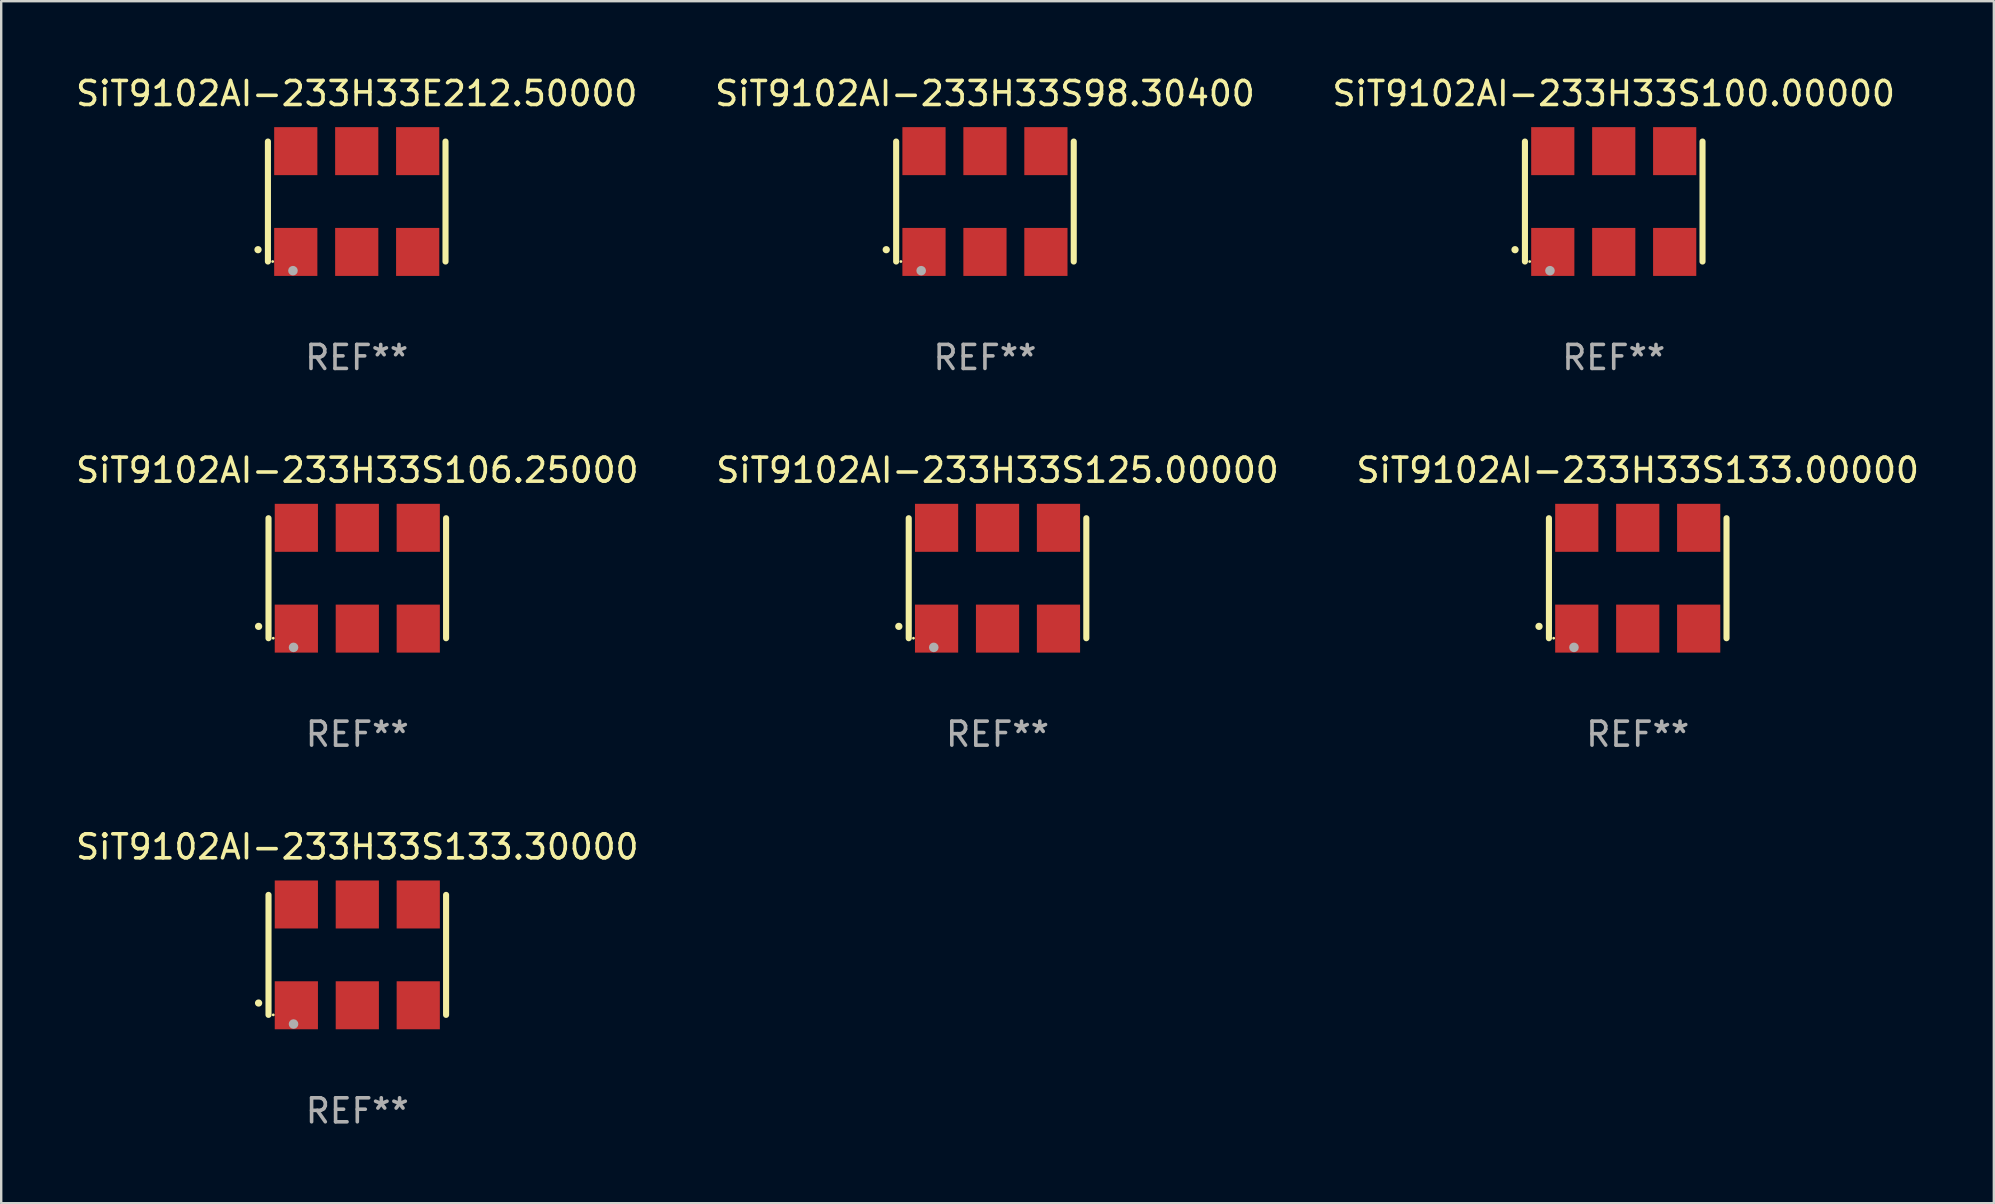
<source format=kicad_pcb>
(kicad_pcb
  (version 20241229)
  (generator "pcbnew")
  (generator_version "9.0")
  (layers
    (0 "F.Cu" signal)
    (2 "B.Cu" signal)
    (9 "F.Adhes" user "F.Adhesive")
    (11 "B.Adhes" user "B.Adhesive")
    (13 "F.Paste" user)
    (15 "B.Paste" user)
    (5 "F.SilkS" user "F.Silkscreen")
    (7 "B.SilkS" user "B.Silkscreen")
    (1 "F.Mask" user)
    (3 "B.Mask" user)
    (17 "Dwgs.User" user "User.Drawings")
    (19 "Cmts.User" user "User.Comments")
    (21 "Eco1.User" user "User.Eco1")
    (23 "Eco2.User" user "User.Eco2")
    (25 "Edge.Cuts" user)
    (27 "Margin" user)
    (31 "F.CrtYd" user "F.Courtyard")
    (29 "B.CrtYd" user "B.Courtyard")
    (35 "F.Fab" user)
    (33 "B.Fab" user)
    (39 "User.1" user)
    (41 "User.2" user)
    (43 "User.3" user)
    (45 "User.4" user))
  (footprint "SiT9102AI-233H33S133.00000"
    (layer "F.Cu")
    (at 65.196 21.045)
    (property "Reference" "SiT9102AI-233H33S133.00000" (at 0 -4.5 0) (layer "F.SilkS") (effects (font (size 1 1) (thickness 0.15))))
    (attr through_hole)
    (fp_line (start -3.7 -2.5) (end -3.7 2.5) (stroke (width 0.254) (type solid)) (layer "F.SilkS"))
    (fp_line (start 3.7 -2.5) (end 3.7 2.5) (stroke (width 0.254) (type solid)) (layer "F.SilkS"))
    (fp_arc (start -4.114415 2.006604) (mid -4.113145 2.006599) (end -4.111875 2.006604) (stroke (width 0.3) (type solid)) (layer "F.SilkS"))
    (fp_circle (center -3.502 2.5) (end -3.472 2.5) (stroke (width 0.06) (type solid)) (fill no) (layer "F.SilkS"))
    (fp_circle (center -2.657 2.882) (end -2.557 2.882) (stroke (width 0.2) (type solid)) (fill no) (layer "F.Fab"))
    (fp_text user "REF**" (at 0 6.5 0) (layer "F.Fab") (effects (font (size 1 1) (thickness 0.15))))
    (pad "1" smd rect (at -2.54 2.1) (size 1.8 2) (layers "F.Cu" "F.Mask" "F.Paste"))
    (pad "2" smd rect (at 0.000394 2.1) (size 1.8 2) (layers "F.Cu" "F.Mask" "F.Paste"))
    (pad "3" smd rect (at 2.54 2.1) (size 1.8 2) (layers "F.Cu" "F.Mask" "F.Paste"))
    (pad "4" smd rect (at 2.54 -2.1) (size 1.8 2) (layers "F.Cu" "F.Mask" "F.Paste"))
    (pad "5" smd rect (at 0.000394 -2.1) (size 1.8 2) (layers "F.Cu" "F.Mask" "F.Paste"))
    (pad "6" smd rect (at -2.54 -2.1) (size 1.8 2) (layers "F.Cu" "F.Mask" "F.Paste")))
  (footprint "SiT9102AI-233H33E212.50000"
    (layer "F.Cu")
    (at 11.815 5.348)
    (property "Reference" "SiT9102AI-233H33E212.50000" (at 0 -4.5 0) (layer "F.SilkS") (effects (font (size 1 1) (thickness 0.15))))
    (attr through_hole)
    (fp_line (start -3.7 -2.5) (end -3.7 2.5) (stroke (width 0.254) (type solid)) (layer "F.SilkS"))
    (fp_line (start 3.7 -2.5) (end 3.7 2.5) (stroke (width 0.254) (type solid)) (layer "F.SilkS"))
    (fp_arc (start -4.114415 2.006604) (mid -4.113145 2.006599) (end -4.111875 2.006604) (stroke (width 0.3) (type solid)) (layer "F.SilkS"))
    (fp_circle (center -3.502 2.5) (end -3.472 2.5) (stroke (width 0.06) (type solid)) (fill no) (layer "F.SilkS"))
    (fp_circle (center -2.657 2.882) (end -2.557 2.882) (stroke (width 0.2) (type solid)) (fill no) (layer "F.Fab"))
    (fp_text user "REF**" (at 0 6.5 0) (layer "F.Fab") (effects (font (size 1 1) (thickness 0.15))))
    (pad "1" smd rect (at -2.54 2.1) (size 1.8 2) (layers "F.Cu" "F.Mask" "F.Paste"))
    (pad "2" smd rect (at 0.000394 2.1) (size 1.8 2) (layers "F.Cu" "F.Mask" "F.Paste"))
    (pad "3" smd rect (at 2.54 2.1) (size 1.8 2) (layers "F.Cu" "F.Mask" "F.Paste"))
    (pad "4" smd rect (at 2.54 -2.1) (size 1.8 2) (layers "F.Cu" "F.Mask" "F.Paste"))
    (pad "5" smd rect (at 0.000394 -2.1) (size 1.8 2) (layers "F.Cu" "F.Mask" "F.Paste"))
    (pad "6" smd rect (at -2.54 -2.1) (size 1.8 2) (layers "F.Cu" "F.Mask" "F.Paste")))
  (footprint "SiT9102AI-233H33S106.25000"
    (layer "F.Cu")
    (at 11.839 21.045)
    (property "Reference" "SiT9102AI-233H33S106.25000" (at 0 -4.5 0) (layer "F.SilkS") (effects (font (size 1 1) (thickness 0.15))))
    (attr through_hole)
    (fp_line (start -3.7 -2.5) (end -3.7 2.5) (stroke (width 0.254) (type solid)) (layer "F.SilkS"))
    (fp_line (start 3.7 -2.5) (end 3.7 2.5) (stroke (width 0.254) (type solid)) (layer "F.SilkS"))
    (fp_arc (start -4.114415 2.006604) (mid -4.113145 2.006599) (end -4.111875 2.006604) (stroke (width 0.3) (type solid)) (layer "F.SilkS"))
    (fp_circle (center -3.502 2.5) (end -3.472 2.5) (stroke (width 0.06) (type solid)) (fill no) (layer "F.SilkS"))
    (fp_circle (center -2.657 2.882) (end -2.557 2.882) (stroke (width 0.2) (type solid)) (fill no) (layer "F.Fab"))
    (fp_text user "REF**" (at 0 6.5 0) (layer "F.Fab") (effects (font (size 1 1) (thickness 0.15))))
    (pad "1" smd rect (at -2.54 2.1) (size 1.8 2) (layers "F.Cu" "F.Mask" "F.Paste"))
    (pad "2" smd rect (at 0.000394 2.1) (size 1.8 2) (layers "F.Cu" "F.Mask" "F.Paste"))
    (pad "3" smd rect (at 2.54 2.1) (size 1.8 2) (layers "F.Cu" "F.Mask" "F.Paste"))
    (pad "4" smd rect (at 2.54 -2.1) (size 1.8 2) (layers "F.Cu" "F.Mask" "F.Paste"))
    (pad "5" smd rect (at 0.000394 -2.1) (size 1.8 2) (layers "F.Cu" "F.Mask" "F.Paste"))
    (pad "6" smd rect (at -2.54 -2.1) (size 1.8 2) (layers "F.Cu" "F.Mask" "F.Paste")))
  (footprint "SiT9102AI-233H33S100.00000"
    (layer "F.Cu")
    (at 64.196 5.348)
    (property "Reference" "SiT9102AI-233H33S100.00000" (at 0 -4.5 0) (layer "F.SilkS") (effects (font (size 1 1) (thickness 0.15))))
    (attr through_hole)
    (fp_line (start -3.7 -2.5) (end -3.7 2.5) (stroke (width 0.254) (type solid)) (layer "F.SilkS"))
    (fp_line (start 3.7 -2.5) (end 3.7 2.5) (stroke (width 0.254) (type solid)) (layer "F.SilkS"))
    (fp_arc (start -4.114415 2.006604) (mid -4.113145 2.006599) (end -4.111875 2.006604) (stroke (width 0.3) (type solid)) (layer "F.SilkS"))
    (fp_circle (center -3.502 2.5) (end -3.472 2.5) (stroke (width 0.06) (type solid)) (fill no) (layer "F.SilkS"))
    (fp_circle (center -2.657 2.882) (end -2.557 2.882) (stroke (width 0.2) (type solid)) (fill no) (layer "F.Fab"))
    (fp_text user "REF**" (at 0 6.5 0) (layer "F.Fab") (effects (font (size 1 1) (thickness 0.15))))
    (pad "1" smd rect (at -2.54 2.1) (size 1.8 2) (layers "F.Cu" "F.Mask" "F.Paste"))
    (pad "2" smd rect (at 0.000394 2.1) (size 1.8 2) (layers "F.Cu" "F.Mask" "F.Paste"))
    (pad "3" smd rect (at 2.54 2.1) (size 1.8 2) (layers "F.Cu" "F.Mask" "F.Paste"))
    (pad "4" smd rect (at 2.54 -2.1) (size 1.8 2) (layers "F.Cu" "F.Mask" "F.Paste"))
    (pad "5" smd rect (at 0.000394 -2.1) (size 1.8 2) (layers "F.Cu" "F.Mask" "F.Paste"))
    (pad "6" smd rect (at -2.54 -2.1) (size 1.8 2) (layers "F.Cu" "F.Mask" "F.Paste")))
  (footprint "SiT9102AI-233H33S98.30400"
    (layer "F.Cu")
    (at 37.994 5.348)
    (property "Reference" "SiT9102AI-233H33S98.30400" (at 0 -4.5 0) (layer "F.SilkS") (effects (font (size 1 1) (thickness 0.15))))
    (attr through_hole)
    (fp_line (start -3.7 -2.5) (end -3.7 2.5) (stroke (width 0.254) (type solid)) (layer "F.SilkS"))
    (fp_line (start 3.7 -2.5) (end 3.7 2.5) (stroke (width 0.254) (type solid)) (layer "F.SilkS"))
    (fp_arc (start -4.114415 2.006604) (mid -4.113145 2.006599) (end -4.111875 2.006604) (stroke (width 0.3) (type solid)) (layer "F.SilkS"))
    (fp_circle (center -3.502 2.5) (end -3.472 2.5) (stroke (width 0.06) (type solid)) (fill no) (layer "F.SilkS"))
    (fp_circle (center -2.657 2.882) (end -2.557 2.882) (stroke (width 0.2) (type solid)) (fill no) (layer "F.Fab"))
    (fp_text user "REF**" (at 0 6.5 0) (layer "F.Fab") (effects (font (size 1 1) (thickness 0.15))))
    (pad "1" smd rect (at -2.54 2.1) (size 1.8 2) (layers "F.Cu" "F.Mask" "F.Paste"))
    (pad "2" smd rect (at 0.000394 2.1) (size 1.8 2) (layers "F.Cu" "F.Mask" "F.Paste"))
    (pad "3" smd rect (at 2.54 2.1) (size 1.8 2) (layers "F.Cu" "F.Mask" "F.Paste"))
    (pad "4" smd rect (at 2.54 -2.1) (size 1.8 2) (layers "F.Cu" "F.Mask" "F.Paste"))
    (pad "5" smd rect (at 0.000394 -2.1) (size 1.8 2) (layers "F.Cu" "F.Mask" "F.Paste"))
    (pad "6" smd rect (at -2.54 -2.1) (size 1.8 2) (layers "F.Cu" "F.Mask" "F.Paste")))
  (footprint "SiT9102AI-233H33S125.00000"
    (layer "F.Cu")
    (at 38.518 21.045)
    (property "Reference" "SiT9102AI-233H33S125.00000" (at 0 -4.5 0) (layer "F.SilkS") (effects (font (size 1 1) (thickness 0.15))))
    (attr through_hole)
    (fp_line (start -3.7 -2.5) (end -3.7 2.5) (stroke (width 0.254) (type solid)) (layer "F.SilkS"))
    (fp_line (start 3.7 -2.5) (end 3.7 2.5) (stroke (width 0.254) (type solid)) (layer "F.SilkS"))
    (fp_arc (start -4.114415 2.006604) (mid -4.113145 2.006599) (end -4.111875 2.006604) (stroke (width 0.3) (type solid)) (layer "F.SilkS"))
    (fp_circle (center -3.502 2.5) (end -3.472 2.5) (stroke (width 0.06) (type solid)) (fill no) (layer "F.SilkS"))
    (fp_circle (center -2.657 2.882) (end -2.557 2.882) (stroke (width 0.2) (type solid)) (fill no) (layer "F.Fab"))
    (fp_text user "REF**" (at 0 6.5 0) (layer "F.Fab") (effects (font (size 1 1) (thickness 0.15))))
    (pad "1" smd rect (at -2.54 2.1) (size 1.8 2) (layers "F.Cu" "F.Mask" "F.Paste"))
    (pad "2" smd rect (at 0.000394 2.1) (size 1.8 2) (layers "F.Cu" "F.Mask" "F.Paste"))
    (pad "3" smd rect (at 2.54 2.1) (size 1.8 2) (layers "F.Cu" "F.Mask" "F.Paste"))
    (pad "4" smd rect (at 2.54 -2.1) (size 1.8 2) (layers "F.Cu" "F.Mask" "F.Paste"))
    (pad "5" smd rect (at 0.000394 -2.1) (size 1.8 2) (layers "F.Cu" "F.Mask" "F.Paste"))
    (pad "6" smd rect (at -2.54 -2.1) (size 1.8 2) (layers "F.Cu" "F.Mask" "F.Paste")))
  (footprint "SiT9102AI-233H33S133.30000"
    (layer "F.Cu")
    (at 11.839 36.741)
    (property "Reference" "SiT9102AI-233H33S133.30000" (at 0 -4.5 0) (layer "F.SilkS") (effects (font (size 1 1) (thickness 0.15))))
    (attr through_hole)
    (fp_line (start -3.7 -2.5) (end -3.7 2.5) (stroke (width 0.254) (type solid)) (layer "F.SilkS"))
    (fp_line (start 3.7 -2.5) (end 3.7 2.5) (stroke (width 0.254) (type solid)) (layer "F.SilkS"))
    (fp_arc (start -4.114415 2.006604) (mid -4.113145 2.006599) (end -4.111875 2.006604) (stroke (width 0.3) (type solid)) (layer "F.SilkS"))
    (fp_circle (center -3.502 2.5) (end -3.472 2.5) (stroke (width 0.06) (type solid)) (fill no) (layer "F.SilkS"))
    (fp_circle (center -2.657 2.882) (end -2.557 2.882) (stroke (width 0.2) (type solid)) (fill no) (layer "F.Fab"))
    (fp_text user "REF**" (at 0 6.5 0) (layer "F.Fab") (effects (font (size 1 1) (thickness 0.15))))
    (pad "1" smd rect (at -2.54 2.1) (size 1.8 2) (layers "F.Cu" "F.Mask" "F.Paste"))
    (pad "2" smd rect (at 0.000394 2.1) (size 1.8 2) (layers "F.Cu" "F.Mask" "F.Paste"))
    (pad "3" smd rect (at 2.54 2.1) (size 1.8 2) (layers "F.Cu" "F.Mask" "F.Paste"))
    (pad "4" smd rect (at 2.54 -2.1) (size 1.8 2) (layers "F.Cu" "F.Mask" "F.Paste"))
    (pad "5" smd rect (at 0.000394 -2.1) (size 1.8 2) (layers "F.Cu" "F.Mask" "F.Paste"))
    (pad "6" smd rect (at -2.54 -2.1) (size 1.8 2) (layers "F.Cu" "F.Mask" "F.Paste")))
  (gr_rect
    (start -3 -3)
    (end 80.036 47.09)
    (stroke (width 0.1) (type default))
    (fill no)
    (layer "Edge.Cuts")))
</source>
